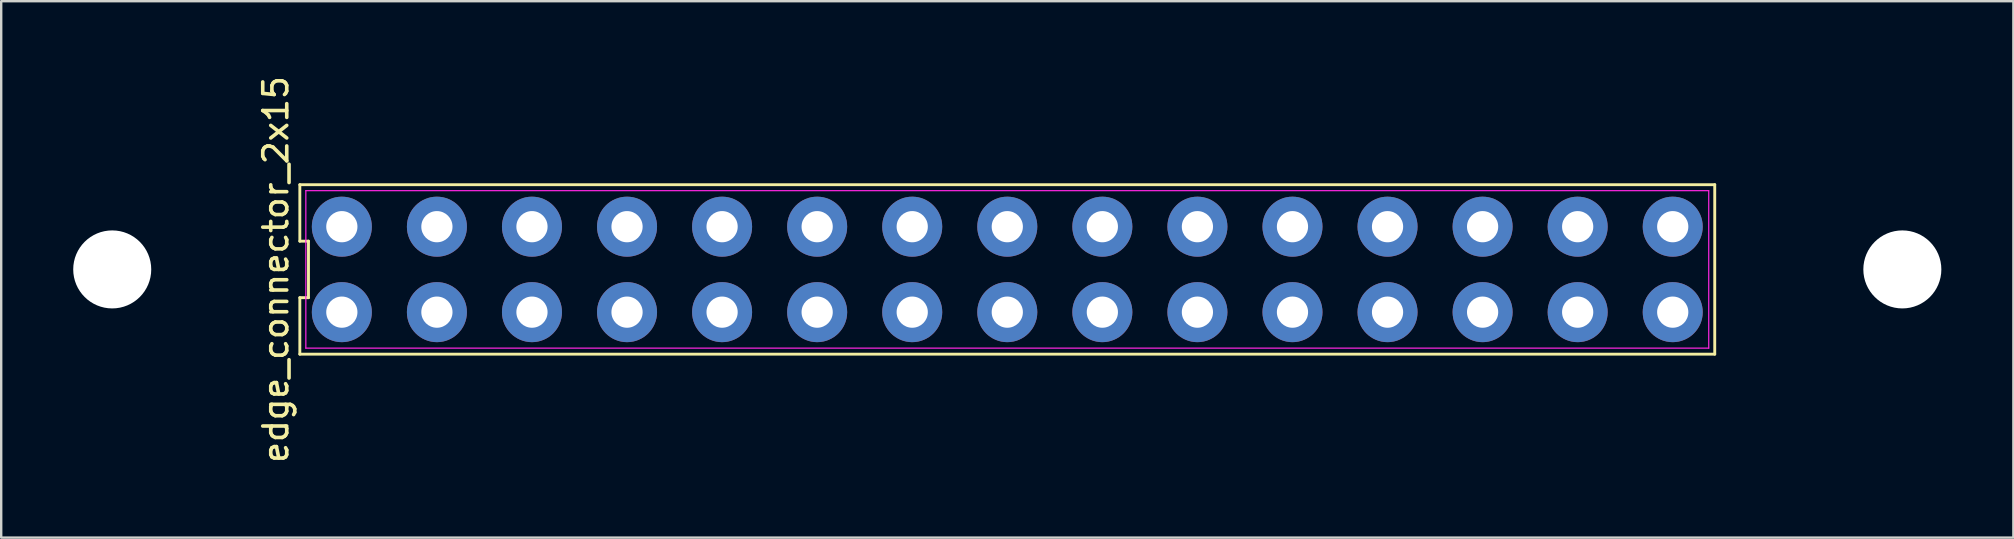
<source format=kicad_pcb>
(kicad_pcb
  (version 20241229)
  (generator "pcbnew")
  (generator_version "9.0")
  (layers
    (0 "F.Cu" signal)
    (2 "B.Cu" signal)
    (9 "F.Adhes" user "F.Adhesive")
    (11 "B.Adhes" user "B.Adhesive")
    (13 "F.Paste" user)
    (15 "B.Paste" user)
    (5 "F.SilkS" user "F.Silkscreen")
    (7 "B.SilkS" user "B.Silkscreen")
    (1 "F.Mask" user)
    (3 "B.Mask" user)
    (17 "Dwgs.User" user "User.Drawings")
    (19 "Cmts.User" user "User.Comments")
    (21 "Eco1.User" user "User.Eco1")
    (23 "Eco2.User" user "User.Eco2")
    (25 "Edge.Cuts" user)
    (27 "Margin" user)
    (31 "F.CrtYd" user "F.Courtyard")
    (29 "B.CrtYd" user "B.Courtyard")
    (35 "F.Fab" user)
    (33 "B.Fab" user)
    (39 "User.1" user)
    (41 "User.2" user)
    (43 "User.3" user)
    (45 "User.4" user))
  (footprint "edge_connector_2x15"
    (layer "F.Cu")
    (at 38.91 8.173)
    (property "Reference" "edge_connector_2x15" (at -30.47 0 90) (layer "F.SilkS") (effects (font (size 1 1) (thickness 0.15))))
    (attr through_hole)
    (fp_line (start -29.47 -3.53) (end -29.47 -1.177) (stroke (width 0.12) (type solid)) (layer "F.SilkS"))
    (fp_line (start -29.47 -1.177) (end -29.11 -1.177) (stroke (width 0.12) (type solid)) (layer "F.SilkS"))
    (fp_line (start -29.47 1.177) (end -29.47 3.53) (stroke (width 0.12) (type solid)) (layer "F.SilkS"))
    (fp_line (start -29.47 3.53) (end 29.47 3.53) (stroke (width 0.12) (type solid)) (layer "F.SilkS"))
    (fp_line (start -29.11 -1.177) (end -29.11 1.177) (stroke (width 0.12) (type solid)) (layer "F.SilkS"))
    (fp_line (start -29.11 1.177) (end -29.47 1.177) (stroke (width 0.12) (type solid)) (layer "F.SilkS"))
    (fp_line (start 29.47 -3.53) (end -29.47 -3.53) (stroke (width 0.12) (type solid)) (layer "F.SilkS"))
    (fp_line (start 29.47 3.53) (end 29.47 -3.53) (stroke (width 0.12) (type solid)) (layer "F.SilkS"))
    (fp_line (start -29.22 -3.28) (end 29.22 -3.28) (stroke (width 0.05) (type solid)) (layer "F.CrtYd"))
    (fp_line (start -29.22 3.28) (end -29.22 -3.28) (stroke (width 0.05) (type solid)) (layer "F.CrtYd"))
    (fp_line (start 29.22 -3.28) (end 29.22 3.28) (stroke (width 0.05) (type solid)) (layer "F.CrtYd"))
    (fp_line (start 29.22 3.28) (end -29.22 3.28) (stroke (width 0.05) (type solid)) (layer "F.CrtYd"))
    (pad "" np_thru_hole circle (at -37.285 0) (size 3.25 3.25) (drill 3.25) (layers "*.Cu" "*.Mask"))
    (pad "" np_thru_hole circle (at 37.285 0) (size 3.25 3.25) (drill 3.25) (layers "*.Cu" "*.Mask"))
    (pad "1a" thru_hole circle (at -27.72 -1.78) (size 2.5 2.5) (drill 1.3) (layers "*.Cu" "*.Mask"))
    (pad "1b" thru_hole circle (at -27.72 1.78) (size 2.5 2.5) (drill 1.3) (layers "*.Cu" "*.Mask"))
    (pad "2a" thru_hole circle (at -23.76 -1.78) (size 2.5 2.5) (drill 1.3) (layers "*.Cu" "*.Mask"))
    (pad "2b" thru_hole circle (at -23.76 1.78) (size 2.5 2.5) (drill 1.3) (layers "*.Cu" "*.Mask"))
    (pad "3a" thru_hole circle (at -19.8 -1.78) (size 2.5 2.5) (drill 1.3) (layers "*.Cu" "*.Mask"))
    (pad "3b" thru_hole circle (at -19.8 1.78) (size 2.5 2.5) (drill 1.3) (layers "*.Cu" "*.Mask"))
    (pad "4a" thru_hole circle (at -15.84 -1.78) (size 2.5 2.5) (drill 1.3) (layers "*.Cu" "*.Mask"))
    (pad "4b" thru_hole circle (at -15.84 1.78) (size 2.5 2.5) (drill 1.3) (layers "*.Cu" "*.Mask"))
    (pad "5a" thru_hole circle (at -11.88 -1.78) (size 2.5 2.5) (drill 1.3) (layers "*.Cu" "*.Mask"))
    (pad "5b" thru_hole circle (at -11.88 1.78) (size 2.5 2.5) (drill 1.3) (layers "*.Cu" "*.Mask"))
    (pad "6a" thru_hole circle (at -7.92 -1.78) (size 2.5 2.5) (drill 1.3) (layers "*.Cu" "*.Mask"))
    (pad "6b" thru_hole circle (at -7.92 1.78) (size 2.5 2.5) (drill 1.3) (layers "*.Cu" "*.Mask"))
    (pad "7a" thru_hole circle (at -3.96 -1.78) (size 2.5 2.5) (drill 1.3) (layers "*.Cu" "*.Mask"))
    (pad "7b" thru_hole circle (at -3.96 1.78) (size 2.5 2.5) (drill 1.3) (layers "*.Cu" "*.Mask"))
    (pad "8a" thru_hole circle (at 0 -1.78) (size 2.5 2.5) (drill 1.3) (layers "*.Cu" "*.Mask"))
    (pad "8b" thru_hole circle (at 0 1.78) (size 2.5 2.5) (drill 1.3) (layers "*.Cu" "*.Mask"))
    (pad "9a" thru_hole circle (at 3.96 -1.78) (size 2.5 2.5) (drill 1.3) (layers "*.Cu" "*.Mask"))
    (pad "9b" thru_hole circle (at 3.96 1.78) (size 2.5 2.5) (drill 1.3) (layers "*.Cu" "*.Mask"))
    (pad "10a" thru_hole circle (at 7.92 -1.78) (size 2.5 2.5) (drill 1.3) (layers "*.Cu" "*.Mask"))
    (pad "10b" thru_hole circle (at 7.92 1.78) (size 2.5 2.5) (drill 1.3) (layers "*.Cu" "*.Mask"))
    (pad "11a" thru_hole circle (at 11.88 -1.78) (size 2.5 2.5) (drill 1.3) (layers "*.Cu" "*.Mask"))
    (pad "11b" thru_hole circle (at 11.88 1.78) (size 2.5 2.5) (drill 1.3) (layers "*.Cu" "*.Mask"))
    (pad "12a" thru_hole circle (at 15.84 -1.78) (size 2.5 2.5) (drill 1.3) (layers "*.Cu" "*.Mask"))
    (pad "12b" thru_hole circle (at 15.84 1.78) (size 2.5 2.5) (drill 1.3) (layers "*.Cu" "*.Mask"))
    (pad "13a" thru_hole circle (at 19.8 -1.78) (size 2.5 2.5) (drill 1.3) (layers "*.Cu" "*.Mask"))
    (pad "13b" thru_hole circle (at 19.8 1.78) (size 2.5 2.5) (drill 1.3) (layers "*.Cu" "*.Mask"))
    (pad "14a" thru_hole circle (at 23.76 -1.78) (size 2.5 2.5) (drill 1.3) (layers "*.Cu" "*.Mask"))
    (pad "14b" thru_hole circle (at 23.76 1.78) (size 2.5 2.5) (drill 1.3) (layers "*.Cu" "*.Mask"))
    (pad "15a" thru_hole circle (at 27.72 -1.78) (size 2.5 2.5) (drill 1.3) (layers "*.Cu" "*.Mask"))
    (pad "15b" thru_hole circle (at 27.72 1.78) (size 2.5 2.5) (drill 1.3) (layers "*.Cu" "*.Mask")))
  (gr_rect
    (start -3 -3)
    (end 80.82 19.345)
    (stroke (width 0.1) (type default))
    (fill no)
    (layer "Edge.Cuts")))
</source>
